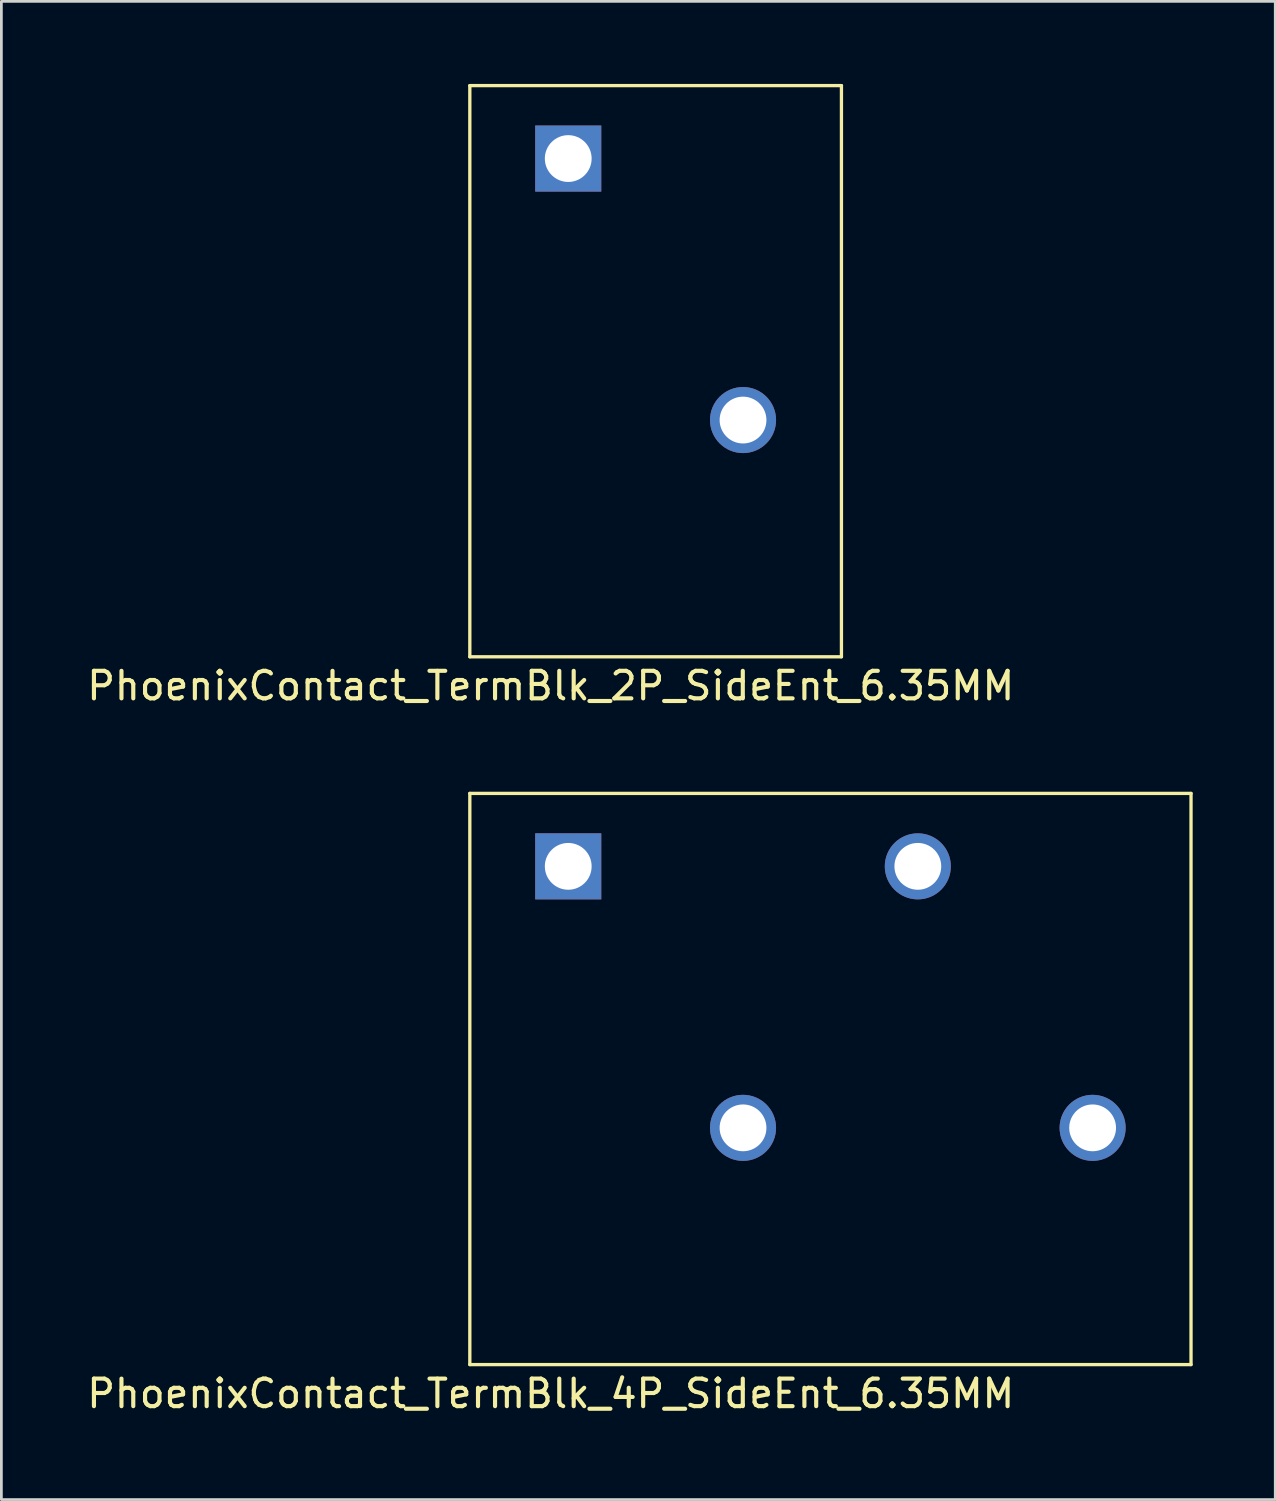
<source format=kicad_pcb>
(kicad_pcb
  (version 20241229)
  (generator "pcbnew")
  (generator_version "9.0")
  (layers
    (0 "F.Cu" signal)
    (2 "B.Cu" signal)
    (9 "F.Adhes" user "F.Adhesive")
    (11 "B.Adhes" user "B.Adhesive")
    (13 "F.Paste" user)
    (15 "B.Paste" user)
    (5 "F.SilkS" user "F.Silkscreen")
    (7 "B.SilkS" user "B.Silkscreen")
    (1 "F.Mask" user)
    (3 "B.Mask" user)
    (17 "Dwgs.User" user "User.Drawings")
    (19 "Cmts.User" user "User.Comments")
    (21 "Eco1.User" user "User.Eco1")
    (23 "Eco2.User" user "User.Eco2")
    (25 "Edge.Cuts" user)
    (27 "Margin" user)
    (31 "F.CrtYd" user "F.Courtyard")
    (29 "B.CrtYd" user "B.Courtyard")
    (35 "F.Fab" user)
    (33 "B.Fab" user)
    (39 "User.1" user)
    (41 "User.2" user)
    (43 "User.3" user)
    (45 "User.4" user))
  (footprint "PhoenixContact_TermBlk_4P_SideEnt_6.35MM"
    (layer "F.Cu")
    (at 27.118 36.148)
    (property "Reference" "PhoenixContact_TermBlk_4P_SideEnt_6.35MM" (at -10.16 11.43 0) (layer "F.SilkS") (effects (font (size 1 1) (thickness 0.15))))
    (attr through_hole)
    (fp_line (start -13.1 -10.375) (end -13.1 10.375) (stroke (width 0.12) (type solid)) (layer "F.SilkS"))
    (fp_line (start -13.1 10.375) (end 13.1 10.375) (stroke (width 0.12) (type solid)) (layer "F.SilkS"))
    (fp_line (start 13.1 -10.375) (end -13.1 -10.375) (stroke (width 0.12) (type solid)) (layer "F.SilkS"))
    (fp_line (start 13.1 -10.375) (end 13.1 10.375) (stroke (width 0.12) (type solid)) (layer "F.SilkS"))
    (pad "1" thru_hole rect (at -9.525 -7.725) (size 2.4 2.4) (drill 1.7) (layers "*.Cu" "*.Mask"))
    (pad "2" thru_hole circle (at -3.175 1.775) (size 2.4 2.4) (drill 1.7) (layers "*.Cu" "*.Mask"))
    (pad "3" thru_hole circle (at 3.175 -7.725) (size 2.4 2.4) (drill 1.7) (layers "*.Cu" "*.Mask"))
    (pad "4" thru_hole circle (at 9.525 1.775) (size 2.4 2.4) (drill 1.7) (layers "*.Cu" "*.Mask")))
  (footprint "PhoenixContact_TermBlk_2P_SideEnt_6.35MM"
    (layer "F.Cu")
    (at 20.768 10.435)
    (property "Reference" "PhoenixContact_TermBlk_2P_SideEnt_6.35MM" (at -3.81 11.43 0) (layer "F.SilkS") (effects (font (size 1 1) (thickness 0.15))))
    (attr through_hole)
    (fp_line (start -6.75 -10.375) (end -6.75 10.375) (stroke (width 0.12) (type solid)) (layer "F.SilkS"))
    (fp_line (start 6.75 -10.375) (end -6.75 -10.375) (stroke (width 0.12) (type solid)) (layer "F.SilkS"))
    (fp_line (start 6.75 -10.375) (end 6.75 10.375) (stroke (width 0.12) (type solid)) (layer "F.SilkS"))
    (fp_line (start 6.75 10.375) (end -6.75 10.375) (stroke (width 0.12) (type solid)) (layer "F.SilkS"))
    (pad "1" thru_hole rect (at -3.175 -7.725) (size 2.4 2.4) (drill 1.7) (layers "*.Cu" "*.Mask"))
    (pad "2" thru_hole circle (at 3.175 1.775) (size 2.4 2.4) (drill 1.7) (layers "*.Cu" "*.Mask")))
  (gr_rect
    (start -3 -3)
    (end 43.278 51.426)
    (stroke (width 0.1) (type default))
    (fill no)
    (layer "Edge.Cuts")))
</source>
